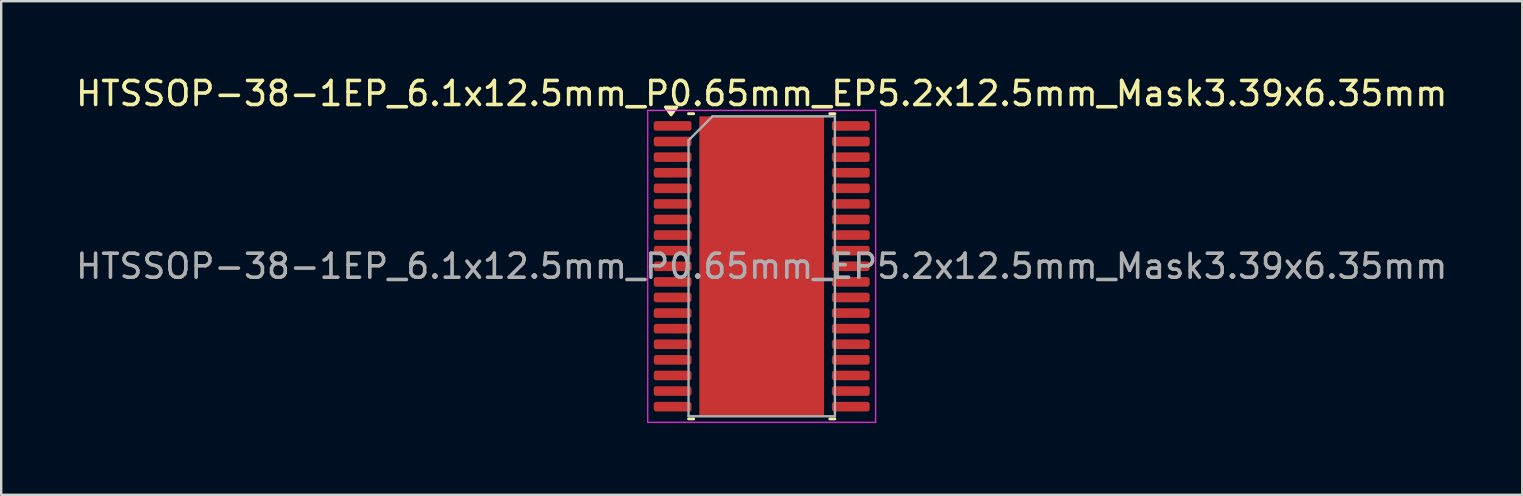
<source format=kicad_pcb>
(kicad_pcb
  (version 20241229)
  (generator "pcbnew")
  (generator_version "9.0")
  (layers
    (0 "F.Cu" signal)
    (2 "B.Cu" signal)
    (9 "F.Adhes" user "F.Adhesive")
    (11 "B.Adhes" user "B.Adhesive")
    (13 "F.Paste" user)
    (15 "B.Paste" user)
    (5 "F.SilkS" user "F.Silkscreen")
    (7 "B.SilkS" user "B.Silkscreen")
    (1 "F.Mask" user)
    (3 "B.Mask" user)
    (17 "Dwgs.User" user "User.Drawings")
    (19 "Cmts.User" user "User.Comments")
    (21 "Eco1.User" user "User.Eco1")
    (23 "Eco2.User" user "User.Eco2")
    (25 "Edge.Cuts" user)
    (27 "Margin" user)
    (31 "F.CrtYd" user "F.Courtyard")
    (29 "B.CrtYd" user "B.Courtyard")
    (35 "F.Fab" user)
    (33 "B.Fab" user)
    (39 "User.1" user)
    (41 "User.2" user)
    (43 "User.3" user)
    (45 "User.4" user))
  (footprint "HTSSOP-38-1EP_6.1x12.5mm_P0.65mm_EP5.2x12.5mm_Mask3.39x6.35mm"
    (layer "F.Cu")
    (at 28.696 8.048)
    (property "Reference" "HTSSOP-38-1EP_6.1x12.5mm_P0.65mm_EP5.2x12.5mm_Mask3.39x6.35mm" (at 0 -7.2 0) (layer "F.SilkS") (effects (font (size 1 1) (thickness 0.15))))
    (attr smd)
    (fp_line (start -2.836 -6.36) (end -3.05 -6.36) (stroke (width 0.12) (type solid)) (layer "F.SilkS"))
    (fp_line (start -2.836 6.36) (end -3.05 6.36) (stroke (width 0.12) (type solid)) (layer "F.SilkS"))
    (fp_line (start 2.836 -6.36) (end 3.05 -6.36) (stroke (width 0.12) (type solid)) (layer "F.SilkS"))
    (fp_line (start 2.836 6.36) (end 3.05 6.36) (stroke (width 0.12) (type solid)) (layer "F.SilkS"))
    (fp_poly (pts (xy -3.775 -6.31) (xy -4.015 -6.64) (xy -3.535 -6.64) (xy -3.775 -6.31)) (stroke (width 0.12) (type solid)) (fill yes) (layer "F.SilkS"))
    (fp_line (start -4.75 -6.5) (end -4.75 6.5) (stroke (width 0.05) (type solid)) (layer "F.CrtYd"))
    (fp_line (start -4.75 6.5) (end 4.75 6.5) (stroke (width 0.05) (type solid)) (layer "F.CrtYd"))
    (fp_line (start 4.75 -6.5) (end -4.75 -6.5) (stroke (width 0.05) (type solid)) (layer "F.CrtYd"))
    (fp_line (start 4.75 6.5) (end 4.75 -6.5) (stroke (width 0.05) (type solid)) (layer "F.CrtYd"))
    (fp_line (start -3.05 -5.25) (end -2.05 -6.25) (stroke (width 0.1) (type solid)) (layer "F.Fab"))
    (fp_line (start -3.05 6.25) (end -3.05 -5.25) (stroke (width 0.1) (type solid)) (layer "F.Fab"))
    (fp_line (start -2.05 -6.25) (end 3.05 -6.25) (stroke (width 0.1) (type solid)) (layer "F.Fab"))
    (fp_line (start 3.05 -6.25) (end 3.05 6.25) (stroke (width 0.1) (type solid)) (layer "F.Fab"))
    (fp_line (start 3.05 6.25) (end -3.05 6.25) (stroke (width 0.1) (type solid)) (layer "F.Fab"))
    (fp_text user "${REFERENCE}" (at 0 0 0) (layer "F.Fab") (effects (font (size 1 1) (thickness 0.15))))
    (pad "" smd roundrect (at -0.85 -2.12) (size 1.37 1.71) (layers "F.Paste") (roundrect_rratio 0.182))
    (pad "" smd roundrect (at -0.85 0) (size 1.37 1.71) (layers "F.Paste") (roundrect_rratio 0.182))
    (pad "" smd roundrect (at -0.85 2.12) (size 1.37 1.71) (layers "F.Paste") (roundrect_rratio 0.182))
    (pad "" smd rect (at 0 0) (size 3.39 6.35) (layers "F.Mask"))
    (pad "" smd roundrect (at 0.85 -2.12) (size 1.37 1.71) (layers "F.Paste") (roundrect_rratio 0.182))
    (pad "" smd roundrect (at 0.85 0) (size 1.37 1.71) (layers "F.Paste") (roundrect_rratio 0.182))
    (pad "" smd roundrect (at 0.85 2.12) (size 1.37 1.71) (layers "F.Paste") (roundrect_rratio 0.182))
    (pad "1" smd roundrect (at -3.712 -5.85) (size 1.575 0.4) (layers "F.Cu" "F.Mask" "F.Paste") (roundrect_rratio 0.25))
    (pad "2" smd roundrect (at -3.712 -5.2) (size 1.575 0.4) (layers "F.Cu" "F.Mask" "F.Paste") (roundrect_rratio 0.25))
    (pad "3" smd roundrect (at -3.712 -4.55) (size 1.575 0.4) (layers "F.Cu" "F.Mask" "F.Paste") (roundrect_rratio 0.25))
    (pad "4" smd roundrect (at -3.712 -3.9) (size 1.575 0.4) (layers "F.Cu" "F.Mask" "F.Paste") (roundrect_rratio 0.25))
    (pad "5" smd roundrect (at -3.712 -3.25) (size 1.575 0.4) (layers "F.Cu" "F.Mask" "F.Paste") (roundrect_rratio 0.25))
    (pad "6" smd roundrect (at -3.712 -2.6) (size 1.575 0.4) (layers "F.Cu" "F.Mask" "F.Paste") (roundrect_rratio 0.25))
    (pad "7" smd roundrect (at -3.712 -1.95) (size 1.575 0.4) (layers "F.Cu" "F.Mask" "F.Paste") (roundrect_rratio 0.25))
    (pad "8" smd roundrect (at -3.712 -1.3) (size 1.575 0.4) (layers "F.Cu" "F.Mask" "F.Paste") (roundrect_rratio 0.25))
    (pad "9" smd roundrect (at -3.712 -0.65) (size 1.575 0.4) (layers "F.Cu" "F.Mask" "F.Paste") (roundrect_rratio 0.25))
    (pad "10" smd roundrect (at -3.712 0) (size 1.575 0.4) (layers "F.Cu" "F.Mask" "F.Paste") (roundrect_rratio 0.25))
    (pad "11" smd roundrect (at -3.712 0.65) (size 1.575 0.4) (layers "F.Cu" "F.Mask" "F.Paste") (roundrect_rratio 0.25))
    (pad "12" smd roundrect (at -3.712 1.3) (size 1.575 0.4) (layers "F.Cu" "F.Mask" "F.Paste") (roundrect_rratio 0.25))
    (pad "13" smd roundrect (at -3.712 1.95) (size 1.575 0.4) (layers "F.Cu" "F.Mask" "F.Paste") (roundrect_rratio 0.25))
    (pad "14" smd roundrect (at -3.712 2.6) (size 1.575 0.4) (layers "F.Cu" "F.Mask" "F.Paste") (roundrect_rratio 0.25))
    (pad "15" smd roundrect (at -3.712 3.25) (size 1.575 0.4) (layers "F.Cu" "F.Mask" "F.Paste") (roundrect_rratio 0.25))
    (pad "16" smd roundrect (at -3.712 3.9) (size 1.575 0.4) (layers "F.Cu" "F.Mask" "F.Paste") (roundrect_rratio 0.25))
    (pad "17" smd roundrect (at -3.712 4.55) (size 1.575 0.4) (layers "F.Cu" "F.Mask" "F.Paste") (roundrect_rratio 0.25))
    (pad "18" smd roundrect (at -3.712 5.2) (size 1.575 0.4) (layers "F.Cu" "F.Mask" "F.Paste") (roundrect_rratio 0.25))
    (pad "19" smd roundrect (at -3.712 5.85) (size 1.575 0.4) (layers "F.Cu" "F.Mask" "F.Paste") (roundrect_rratio 0.25))
    (pad "20" smd roundrect (at 3.712 5.85) (size 1.575 0.4) (layers "F.Cu" "F.Mask" "F.Paste") (roundrect_rratio 0.25))
    (pad "21" smd roundrect (at 3.712 5.2) (size 1.575 0.4) (layers "F.Cu" "F.Mask" "F.Paste") (roundrect_rratio 0.25))
    (pad "22" smd roundrect (at 3.712 4.55) (size 1.575 0.4) (layers "F.Cu" "F.Mask" "F.Paste") (roundrect_rratio 0.25))
    (pad "23" smd roundrect (at 3.712 3.9) (size 1.575 0.4) (layers "F.Cu" "F.Mask" "F.Paste") (roundrect_rratio 0.25))
    (pad "24" smd roundrect (at 3.712 3.25) (size 1.575 0.4) (layers "F.Cu" "F.Mask" "F.Paste") (roundrect_rratio 0.25))
    (pad "25" smd roundrect (at 3.712 2.6) (size 1.575 0.4) (layers "F.Cu" "F.Mask" "F.Paste") (roundrect_rratio 0.25))
    (pad "26" smd roundrect (at 3.712 1.95) (size 1.575 0.4) (layers "F.Cu" "F.Mask" "F.Paste") (roundrect_rratio 0.25))
    (pad "27" smd roundrect (at 3.712 1.3) (size 1.575 0.4) (layers "F.Cu" "F.Mask" "F.Paste") (roundrect_rratio 0.25))
    (pad "28" smd roundrect (at 3.712 0.65) (size 1.575 0.4) (layers "F.Cu" "F.Mask" "F.Paste") (roundrect_rratio 0.25))
    (pad "29" smd roundrect (at 3.712 0) (size 1.575 0.4) (layers "F.Cu" "F.Mask" "F.Paste") (roundrect_rratio 0.25))
    (pad "30" smd roundrect (at 3.712 -0.65) (size 1.575 0.4) (layers "F.Cu" "F.Mask" "F.Paste") (roundrect_rratio 0.25))
    (pad "31" smd roundrect (at 3.712 -1.3) (size 1.575 0.4) (layers "F.Cu" "F.Mask" "F.Paste") (roundrect_rratio 0.25))
    (pad "32" smd roundrect (at 3.712 -1.95) (size 1.575 0.4) (layers "F.Cu" "F.Mask" "F.Paste") (roundrect_rratio 0.25))
    (pad "33" smd roundrect (at 3.712 -2.6) (size 1.575 0.4) (layers "F.Cu" "F.Mask" "F.Paste") (roundrect_rratio 0.25))
    (pad "34" smd roundrect (at 3.712 -3.25) (size 1.575 0.4) (layers "F.Cu" "F.Mask" "F.Paste") (roundrect_rratio 0.25))
    (pad "35" smd roundrect (at 3.712 -3.9) (size 1.575 0.4) (layers "F.Cu" "F.Mask" "F.Paste") (roundrect_rratio 0.25))
    (pad "36" smd roundrect (at 3.712 -4.55) (size 1.575 0.4) (layers "F.Cu" "F.Mask" "F.Paste") (roundrect_rratio 0.25))
    (pad "37" smd roundrect (at 3.712 -5.2) (size 1.575 0.4) (layers "F.Cu" "F.Mask" "F.Paste") (roundrect_rratio 0.25))
    (pad "38" smd roundrect (at 3.712 -5.85) (size 1.575 0.4) (layers "F.Cu" "F.Mask" "F.Paste") (roundrect_rratio 0.25))
    (pad "39" smd rect (at 0 0) (size 5.2 12.5) (property pad_prop_heatsink) (layers "F.Cu")))
  (gr_rect
    (start -3 -3)
    (end 60.393 17.573)
    (stroke (width 0.1) (type default))
    (fill no)
    (layer "Edge.Cuts")))
</source>
